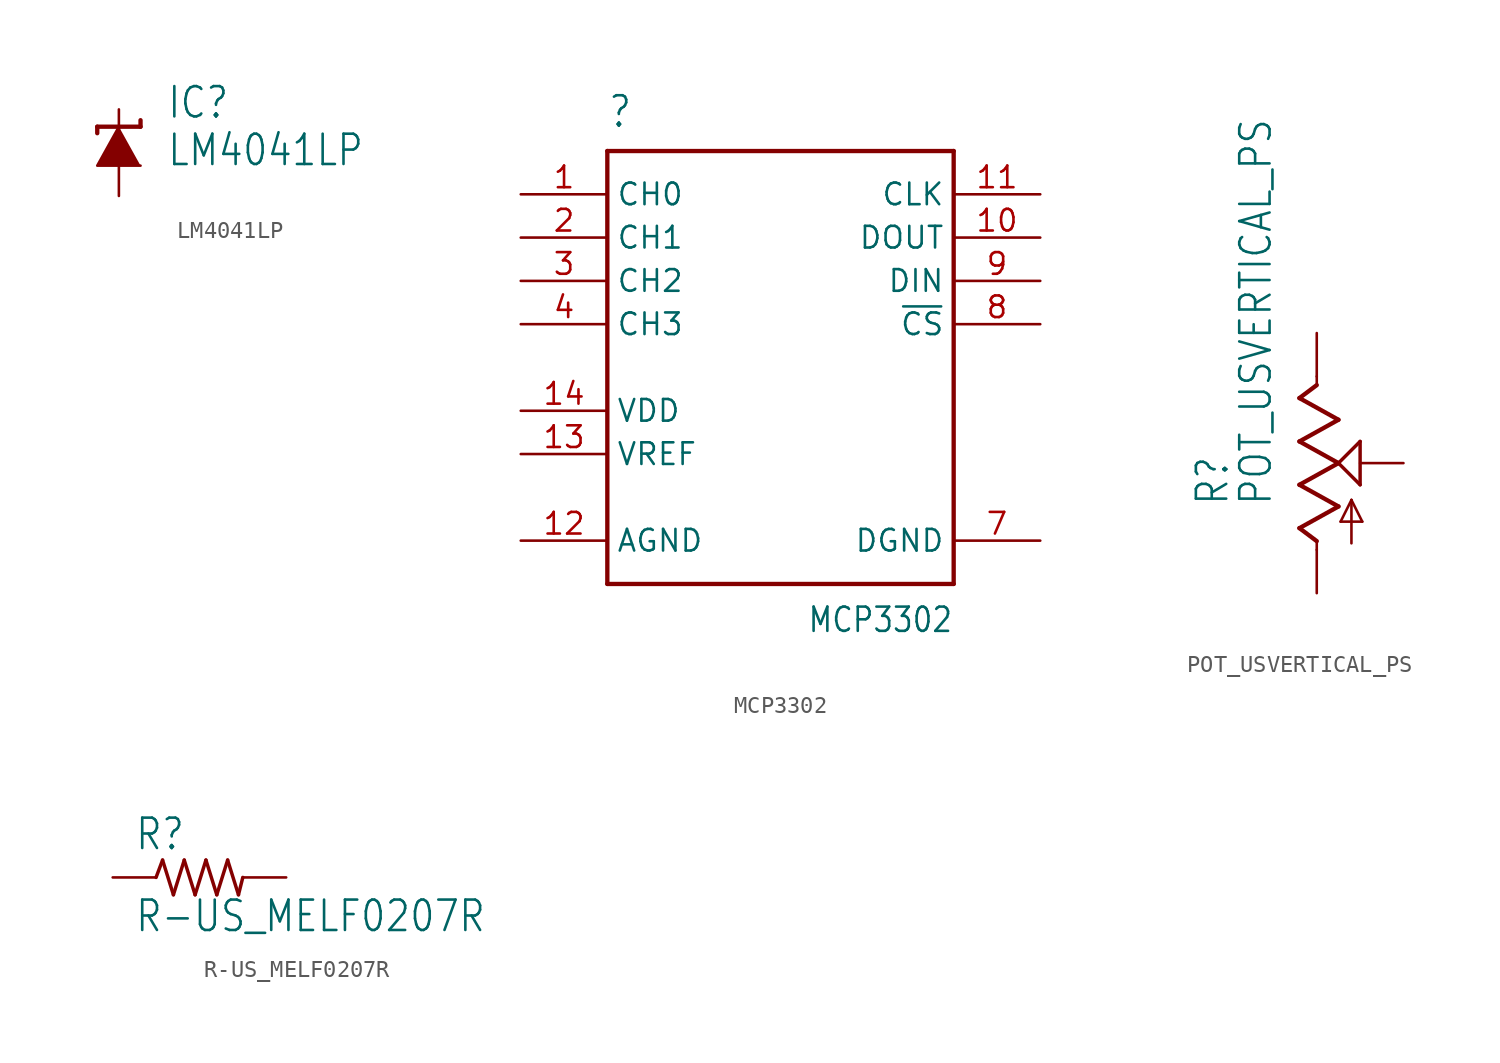
<source format=kicad_sym>
(kicad_symbol_lib
  (version 20211014)
  (generator kicad_symbol_editor)
  (symbol "LM4041LP"
    (property "Reference" "IC"
      (at 2.794 1.905 0)
      (effects (font (size 1.778 1.511)) (justify left bottom)))
    (property "Value" "LM4041LP"
      (at 2.794 -0.889 0)
      (effects (font (size 1.778 1.511)) (justify left bottom)))
    (property "ki_locked" ""
      (at 0 0 0)
      (effects (font (size 1.27 1.27))))
    (symbol "LM4041LP_1_0"
      (polyline (pts (xy -1.27 1.524) (xy -1.27 1.143)) (stroke (width 0.254) (type default) (color 0 0 0 0)) (fill (type none)))
      (polyline (pts (xy 0 1.524) (xy -1.27 1.524)) (stroke (width 0.254) (type default) (color 0 0 0 0)) (fill (type none)))
      (polyline (pts (xy 1.27 1.524) (xy 0 1.524)) (stroke (width 0.254) (type default) (color 0 0 0 0)) (fill (type none)))
      (polyline (pts (xy 1.27 1.905) (xy 1.27 1.524)) (stroke (width 0.254) (type default) (color 0 0 0 0)) (fill (type none)))
      (polyline (pts (xy 0 1.524) (xy -1.27 -0.762) (xy 1.27 -0.762)) (stroke (width 0) (type default) (color 0 0 0 0)) (fill (type outline)))
      (pin passive line (at 0 2.54 270) (length 2.54) (name "C" (effects (font (size 0 0)))) (number "2" (effects (font (size 0 0)))))
      (pin passive line (at 0 -2.54 90) (length 2.54) (name "A" (effects (font (size 0 0)))) (number "3" (effects (font (size 0 0)))))))
  (symbol "MCP3302"
    (property "Reference" ""
      (at -10.16 13.97 0)
      (effects (font (size 1.778 1.511)) (justify left bottom)))
    (property "Value" "MCP3302"
      (at 10.16 -13.97 0)
      (effects (font (size 1.422 1.209)) (justify right top)))
    (property "ki_locked" ""
      (at 0 0 0)
      (effects (font (size 1.27 1.27))))
    (symbol "MCP3302_1_0"
      (polyline (pts (xy -10.16 -12.7) (xy 10.16 -12.7)) (stroke (width 0.254) (type default) (color 0 0 0 0)) (fill (type none)))
      (polyline (pts (xy -10.16 12.7) (xy -10.16 -12.7)) (stroke (width 0.254) (type default) (color 0 0 0 0)) (fill (type none)))
      (polyline (pts (xy 10.16 -12.7) (xy 10.16 12.7)) (stroke (width 0.254) (type default) (color 0 0 0 0)) (fill (type none)))
      (polyline (pts (xy 10.16 12.7) (xy -10.16 12.7)) (stroke (width 0.254) (type default) (color 0 0 0 0)) (fill (type none)))
      (pin bidirectional line (at -15.24 10.16 0) (length 5.08) (name "CH0" (effects (font (size 1.27 1.27)))) (number "1" (effects (font (size 1.27 1.27)))))
      (pin bidirectional line (at 15.24 7.62 180) (length 5.08) (name "DOUT" (effects (font (size 1.27 1.27)))) (number "10" (effects (font (size 1.27 1.27)))))
      (pin bidirectional line (at 15.24 10.16 180) (length 5.08) (name "CLK" (effects (font (size 1.27 1.27)))) (number "11" (effects (font (size 1.27 1.27)))))
      (pin bidirectional line (at -15.24 -10.16 0) (length 5.08) (name "AGND" (effects (font (size 1.27 1.27)))) (number "12" (effects (font (size 1.27 1.27)))))
      (pin bidirectional line (at -15.24 -5.08 0) (length 5.08) (name "VREF" (effects (font (size 1.27 1.27)))) (number "13" (effects (font (size 1.27 1.27)))))
      (pin bidirectional line (at -15.24 -2.54 0) (length 5.08) (name "VDD" (effects (font (size 1.27 1.27)))) (number "14" (effects (font (size 1.27 1.27)))))
      (pin bidirectional line (at -15.24 7.62 0) (length 5.08) (name "CH1" (effects (font (size 1.27 1.27)))) (number "2" (effects (font (size 1.27 1.27)))))
      (pin bidirectional line (at -15.24 5.08 0) (length 5.08) (name "CH2" (effects (font (size 1.27 1.27)))) (number "3" (effects (font (size 1.27 1.27)))))
      (pin bidirectional line (at -15.24 2.54 0) (length 5.08) (name "CH3" (effects (font (size 1.27 1.27)))) (number "4" (effects (font (size 1.27 1.27)))))
      (pin bidirectional line (at 15.24 -10.16 180) (length 5.08) (name "DGND" (effects (font (size 1.27 1.27)))) (number "7" (effects (font (size 1.27 1.27)))))
      (pin bidirectional line (at 15.24 2.54 180) (length 5.08) (name "~{CS}" (effects (font (size 1.27 1.27)))) (number "8" (effects (font (size 1.27 1.27)))))
      (pin bidirectional line (at 15.24 5.08 180) (length 5.08) (name "DIN" (effects (font (size 1.27 1.27)))) (number "9" (effects (font (size 1.27 1.27)))))))
  (symbol "POT_USVERTICAL_PS"
    (property "Reference" "R"
      (at -5.08 -2.54 90)
      (effects (font (size 1.778 1.511)) (justify left bottom)))
    (property "Value" "POT_USVERTICAL_PS"
      (at -2.54 -2.54 90)
      (effects (font (size 1.778 1.511)) (justify left bottom)))
    (property "ki_locked" ""
      (at 0 0 0)
      (effects (font (size 1.27 1.27))))
    (symbol "POT_USVERTICAL_PS_1_0"
      (polyline (pts (xy -1.016 -3.81) (xy 1.27 -2.54)) (stroke (width 0.254) (type default) (color 0 0 0 0)) (fill (type none)))
      (polyline (pts (xy -1.016 -1.27) (xy 1.27 0)) (stroke (width 0.254) (type default) (color 0 0 0 0)) (fill (type none)))
      (polyline (pts (xy -1.016 1.27) (xy 1.27 2.54)) (stroke (width 0.254) (type default) (color 0 0 0 0)) (fill (type none)))
      (polyline (pts (xy -1.016 3.81) (xy 0 4.572)) (stroke (width 0.254) (type default) (color 0 0 0 0)) (fill (type none)))
      (polyline (pts (xy 0 -5.08) (xy 0 -4.572)) (stroke (width 0.152) (type default) (color 0 0 0 0)) (fill (type none)))
      (polyline (pts (xy 0 -4.572) (xy -1.016 -3.81)) (stroke (width 0.254) (type default) (color 0 0 0 0)) (fill (type none)))
      (polyline (pts (xy 0 4.572) (xy 0 5.08)) (stroke (width 0.152) (type default) (color 0 0 0 0)) (fill (type none)))
      (polyline (pts (xy 1.27 -2.54) (xy -1.016 -1.27)) (stroke (width 0.254) (type default) (color 0 0 0 0)) (fill (type none)))
      (polyline (pts (xy 1.27 0) (xy -1.016 1.27)) (stroke (width 0.254) (type default) (color 0 0 0 0)) (fill (type none)))
      (polyline (pts (xy 1.27 0) (xy 2.54 1.27)) (stroke (width 0.203) (type default) (color 0 0 0 0)) (fill (type none)))
      (polyline (pts (xy 1.27 2.54) (xy -1.016 3.81)) (stroke (width 0.254) (type default) (color 0 0 0 0)) (fill (type none)))
      (polyline (pts (xy 1.397 -3.429) (xy 2.032 -2.159)) (stroke (width 0.152) (type default) (color 0 0 0 0)) (fill (type none)))
      (polyline (pts (xy 2.032 -4.699) (xy 2.032 -2.159)) (stroke (width 0.152) (type default) (color 0 0 0 0)) (fill (type none)))
      (polyline (pts (xy 2.032 -2.159) (xy 2.667 -3.429)) (stroke (width 0.152) (type default) (color 0 0 0 0)) (fill (type none)))
      (polyline (pts (xy 2.54 -1.27) (xy 1.27 0)) (stroke (width 0.203) (type default) (color 0 0 0 0)) (fill (type none)))
      (polyline (pts (xy 2.54 1.27) (xy 2.54 -1.27)) (stroke (width 0.203) (type default) (color 0 0 0 0)) (fill (type none)))
      (polyline (pts (xy 2.667 -3.429) (xy 1.397 -3.429)) (stroke (width 0.152) (type default) (color 0 0 0 0)) (fill (type none)))
      (pin passive line (at 0 7.62 270) (length 2.54) (name "E" (effects (font (size 0 0)))) (number "P$1" (effects (font (size 0 0)))))
      (pin passive line (at 5.08 0 180) (length 2.54) (name "S" (effects (font (size 0 0)))) (number "P$2" (effects (font (size 0 0)))))
      (pin passive line (at 0 -7.62 90) (length 2.54) (name "A" (effects (font (size 0 0)))) (number "P$3" (effects (font (size 0 0)))))))
  (symbol "R-US_MELF0207R"
    (property "Reference" "R"
      (at -3.81 1.499 0)
      (effects (font (size 1.778 1.511)) (justify left bottom)))
    (property "Value" "R-US_MELF0207R"
      (at -3.81 -3.302 0)
      (effects (font (size 1.778 1.511)) (justify left bottom)))
    (property "ki_locked" ""
      (at 0 0 0)
      (effects (font (size 1.27 1.27))))
    (symbol "R-US_MELF0207R_1_0"
      (polyline (pts (xy -2.54 0) (xy -2.159 1.016)) (stroke (width 0.203) (type default) (color 0 0 0 0)) (fill (type none)))
      (polyline (pts (xy -2.159 1.016) (xy -1.524 -1.016)) (stroke (width 0.203) (type default) (color 0 0 0 0)) (fill (type none)))
      (polyline (pts (xy -1.524 -1.016) (xy -0.889 1.016)) (stroke (width 0.203) (type default) (color 0 0 0 0)) (fill (type none)))
      (polyline (pts (xy -0.889 1.016) (xy -0.254 -1.016)) (stroke (width 0.203) (type default) (color 0 0 0 0)) (fill (type none)))
      (polyline (pts (xy -0.254 -1.016) (xy 0.381 1.016)) (stroke (width 0.203) (type default) (color 0 0 0 0)) (fill (type none)))
      (polyline (pts (xy 0.381 1.016) (xy 1.016 -1.016)) (stroke (width 0.203) (type default) (color 0 0 0 0)) (fill (type none)))
      (polyline (pts (xy 1.016 -1.016) (xy 1.651 1.016)) (stroke (width 0.203) (type default) (color 0 0 0 0)) (fill (type none)))
      (polyline (pts (xy 1.651 1.016) (xy 2.286 -1.016)) (stroke (width 0.203) (type default) (color 0 0 0 0)) (fill (type none)))
      (polyline (pts (xy 2.286 -1.016) (xy 2.54 0)) (stroke (width 0.203) (type default) (color 0 0 0 0)) (fill (type none)))
      (pin passive line (at -5.08 0 0) (length 2.54) (name "1" (effects (font (size 0 0)))) (number "1" (effects (font (size 0 0)))))
      (pin passive line (at 5.08 0 180) (length 2.54) (name "2" (effects (font (size 0 0)))) (number "2" (effects (font (size 0 0))))))))
</source>
